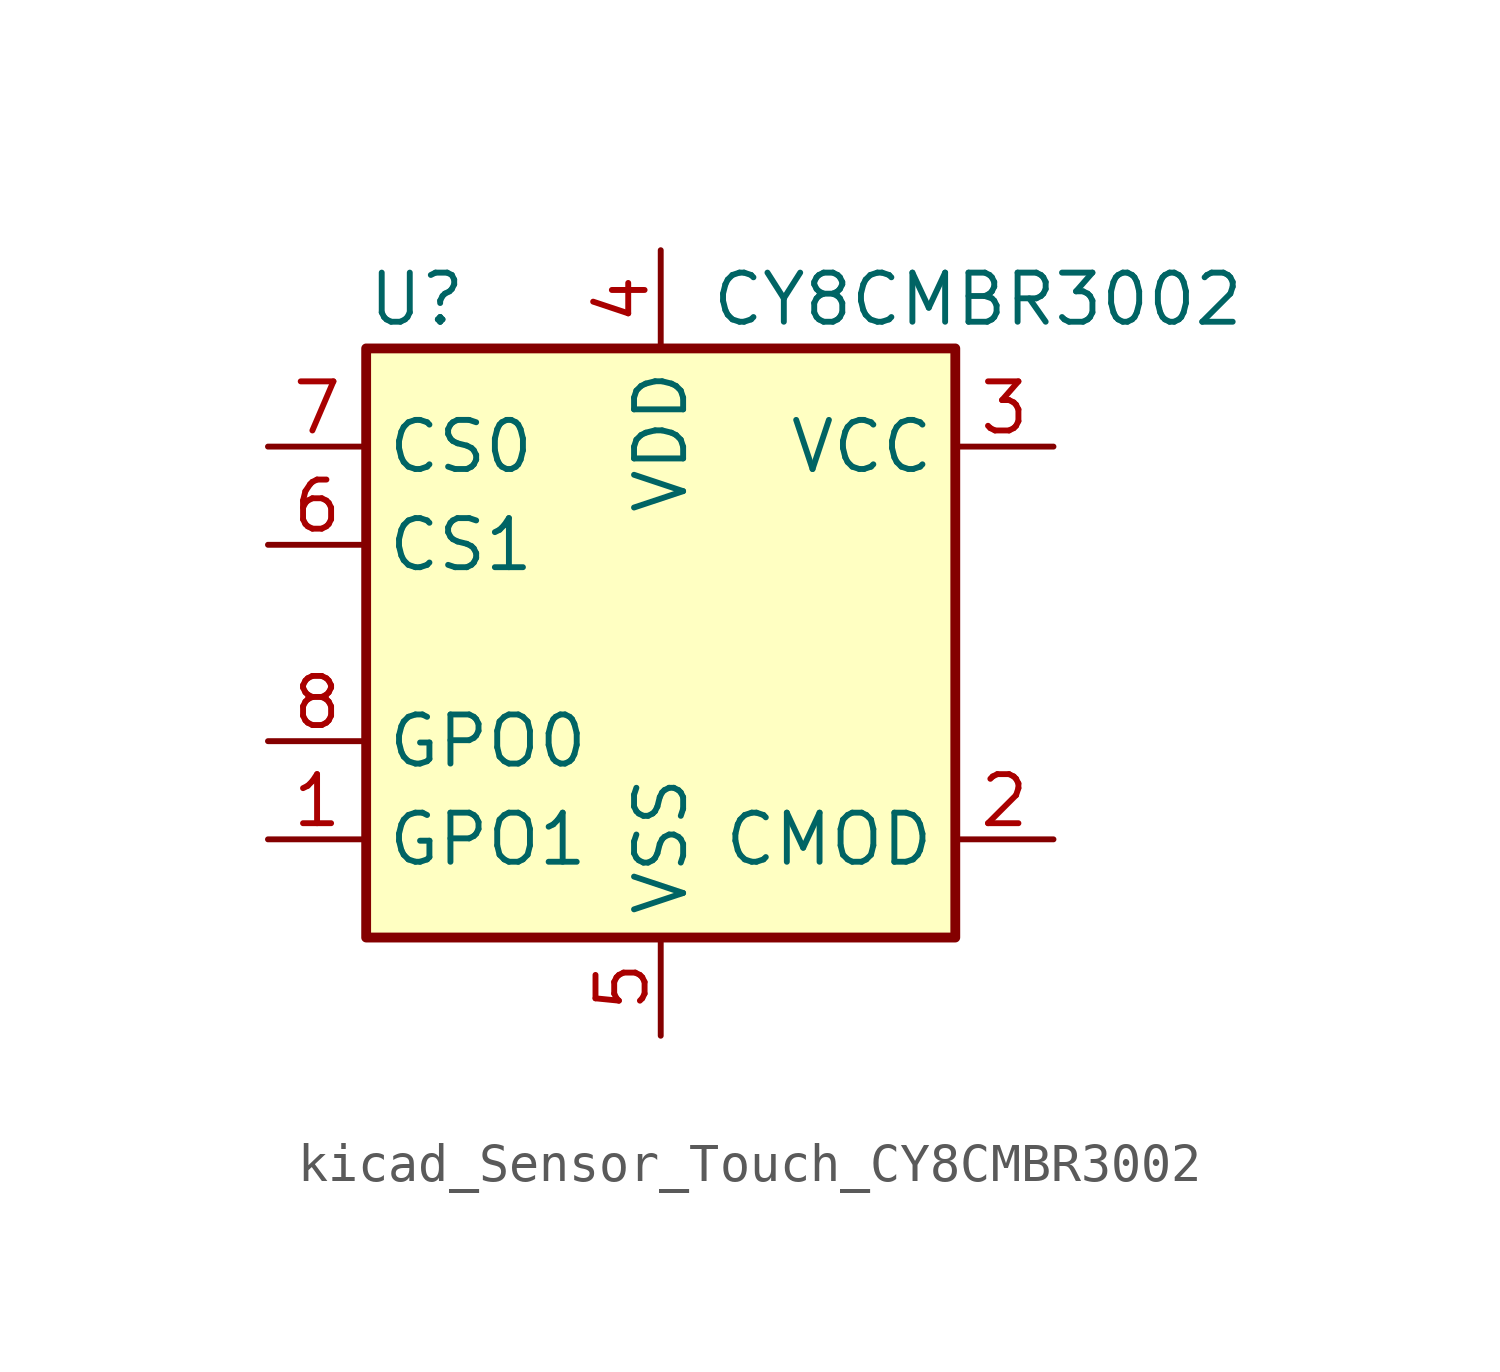
<source format=kicad_sym>
(kicad_symbol_lib
  (version 20220914)
  (generator kicad_symbol_editor)
  (symbol "kicad_Sensor_Touch_CY8CMBR3002"
    (property "Reference" "U"
      (at -7.62 8.89 0)
      (effects (font (size 1.27 1.27)) (justify left)))
    (property "Value" "CY8CMBR3002"
      (at 1.27 8.89 0)
      (effects (font (size 1.27 1.27)) (justify left)))
    (symbol "kicad_Sensor_Touch_CY8CMBR3002_0_1"
      (rectangle (start -7.62 7.62) (end 7.62 -7.62) (stroke (width 0.254) (type default)) (fill (type background))))
    (symbol "kicad_Sensor_Touch_CY8CMBR3002_1_1"
      (pin output line (at -10.16 -5.08 0) (length 2.54) (name "GPO1" (effects (font (size 1.27 1.27)))) (number "1" (effects (font (size 1.27 1.27)))))
      (pin passive line (at 10.16 -5.08 180) (length 2.54) (name "CMOD" (effects (font (size 1.27 1.27)))) (number "2" (effects (font (size 1.27 1.27)))))
      (pin passive line (at 10.16 5.08 180) (length 2.54) (name "VCC" (effects (font (size 1.27 1.27)))) (number "3" (effects (font (size 1.27 1.27)))))
      (pin power_in line (at 0 10.16 270) (length 2.54) (name "VDD" (effects (font (size 1.27 1.27)))) (number "4" (effects (font (size 1.27 1.27)))))
      (pin power_in line (at 0 -10.16 90) (length 2.54) (name "VSS" (effects (font (size 1.27 1.27)))) (number "5" (effects (font (size 1.27 1.27)))))
      (pin passive line (at -10.16 2.54 0) (length 2.54) (name "CS1" (effects (font (size 1.27 1.27)))) (number "6" (effects (font (size 1.27 1.27)))))
      (pin passive line (at -10.16 5.08 0) (length 2.54) (name "CS0" (effects (font (size 1.27 1.27)))) (number "7" (effects (font (size 1.27 1.27)))))
      (pin output line (at -10.16 -2.54 0) (length 2.54) (name "GPO0" (effects (font (size 1.27 1.27)))) (number "8" (effects (font (size 1.27 1.27))))))))
</source>
